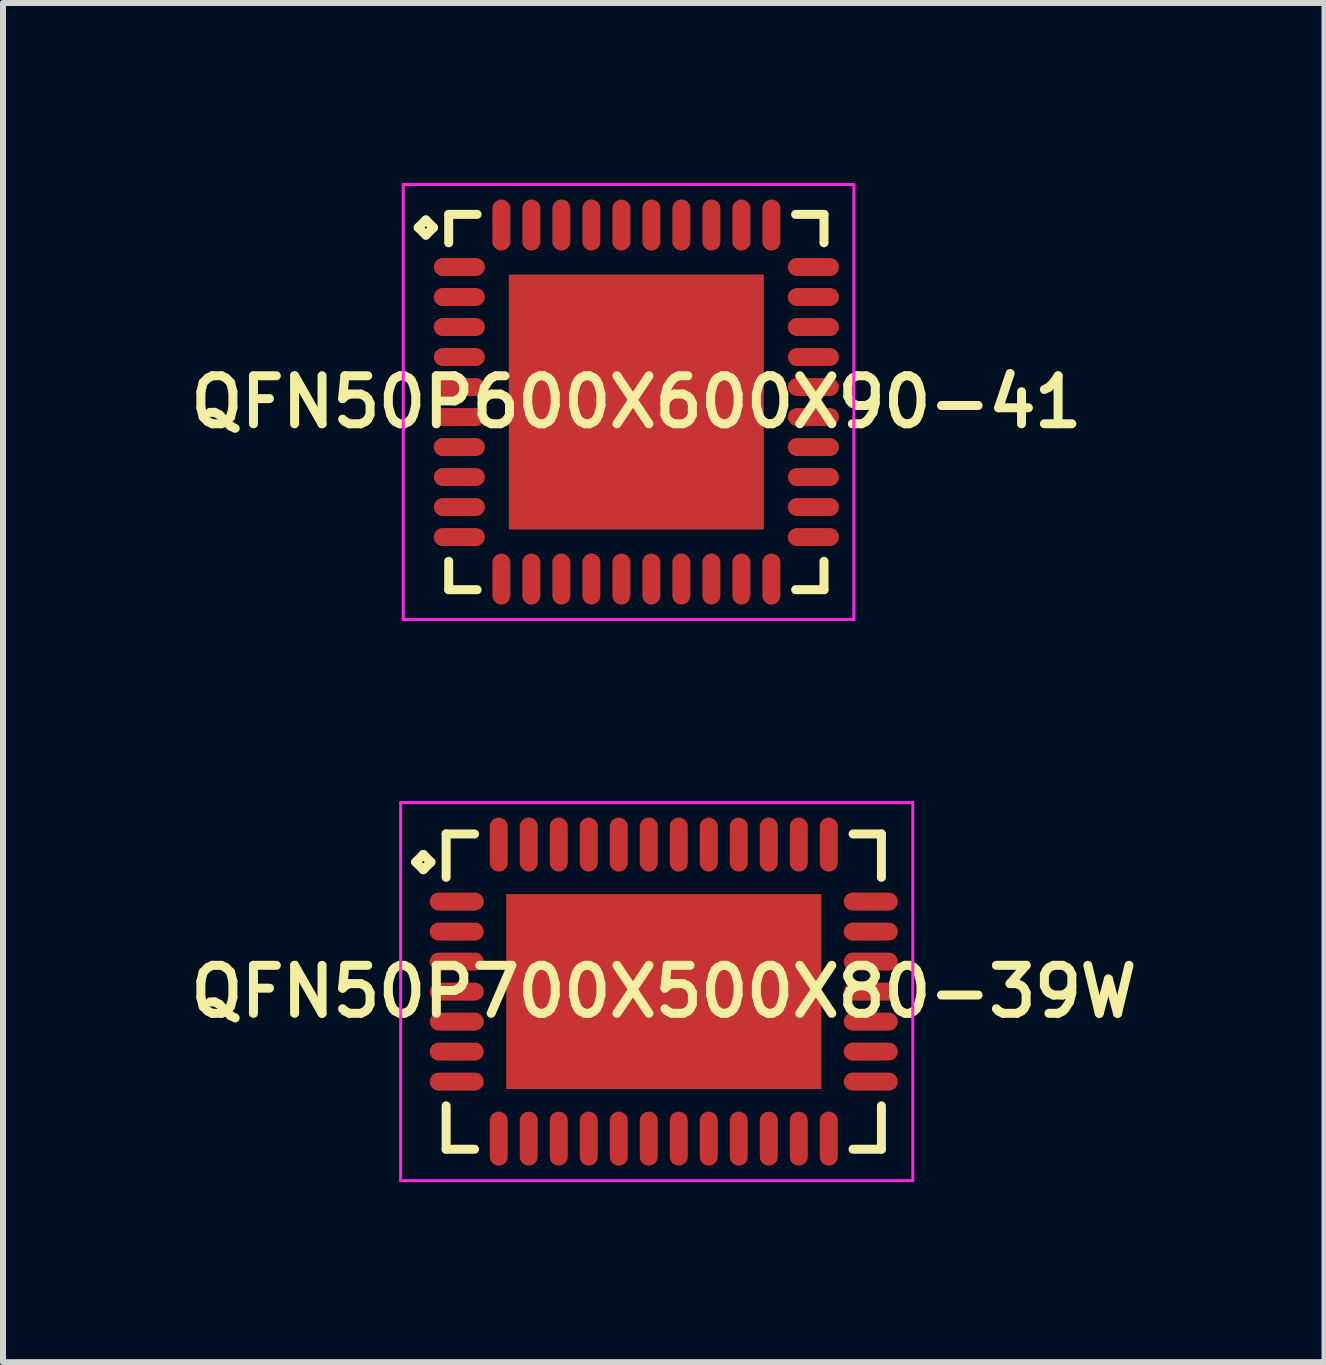
<source format=kicad_pcb>
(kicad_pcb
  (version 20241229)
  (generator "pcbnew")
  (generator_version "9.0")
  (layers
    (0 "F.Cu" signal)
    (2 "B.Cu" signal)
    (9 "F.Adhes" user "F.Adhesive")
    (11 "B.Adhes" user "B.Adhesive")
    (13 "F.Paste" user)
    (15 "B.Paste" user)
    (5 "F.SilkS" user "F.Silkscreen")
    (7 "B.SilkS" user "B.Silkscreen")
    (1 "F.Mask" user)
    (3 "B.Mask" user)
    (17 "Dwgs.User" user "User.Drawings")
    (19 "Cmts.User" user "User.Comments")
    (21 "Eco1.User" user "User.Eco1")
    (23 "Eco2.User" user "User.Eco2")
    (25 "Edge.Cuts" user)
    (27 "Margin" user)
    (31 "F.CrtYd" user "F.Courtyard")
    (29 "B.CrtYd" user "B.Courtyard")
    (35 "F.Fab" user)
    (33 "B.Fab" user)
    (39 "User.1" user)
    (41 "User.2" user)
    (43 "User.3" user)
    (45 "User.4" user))
  (footprint "QFN50P600X600X90-41"
    (layer "F.Cu")
    (at 7.555 3.65)
    (property "Reference" "QFN50P600X600X90-41" (at 0 0 0) (layer "F.SilkS") (effects (font (size 0.8 0.8) (thickness 0.15))))
    (attr smd)
    (fp_line (start -3.635 -2.908) (end -3.508 -3.035) (stroke (width 0.15) (type solid)) (layer "F.SilkS"))
    (fp_line (start -3.508 -3.035) (end -3.381 -2.908) (stroke (width 0.15) (type solid)) (layer "F.SilkS"))
    (fp_line (start -3.508 -2.781) (end -3.635 -2.908) (stroke (width 0.15) (type solid)) (layer "F.SilkS"))
    (fp_line (start -3.381 -2.908) (end -3.508 -2.781) (stroke (width 0.15) (type solid)) (layer "F.SilkS"))
    (fp_line (start -3.127 -3.127) (end -2.654 -3.127) (stroke (width 0.15) (type solid)) (layer "F.SilkS"))
    (fp_line (start -3.127 -2.654) (end -3.127 -3.127) (stroke (width 0.15) (type solid)) (layer "F.SilkS"))
    (fp_line (start -3.127 2.654) (end -3.127 3.127) (stroke (width 0.15) (type solid)) (layer "F.SilkS"))
    (fp_line (start -3.127 3.127) (end -2.654 3.127) (stroke (width 0.15) (type solid)) (layer "F.SilkS"))
    (fp_line (start 2.654 -3.127) (end 3.127 -3.127) (stroke (width 0.15) (type solid)) (layer "F.SilkS"))
    (fp_line (start 2.654 3.127) (end 3.127 3.127) (stroke (width 0.15) (type solid)) (layer "F.SilkS"))
    (fp_line (start 3.127 -3.127) (end 3.127 -2.654) (stroke (width 0.15) (type solid)) (layer "F.SilkS"))
    (fp_line (start 3.127 3.127) (end 3.127 2.654) (stroke (width 0.15) (type solid)) (layer "F.SilkS"))
    (fp_line (start -3.885 -3.625) (end 3.625 -3.625) (stroke (width 0.05) (type solid)) (layer "F.CrtYd"))
    (fp_line (start -3.885 3.625) (end -3.885 -3.625) (stroke (width 0.05) (type solid)) (layer "F.CrtYd"))
    (fp_line (start 3.625 -3.625) (end 3.625 3.625) (stroke (width 0.05) (type solid)) (layer "F.CrtYd"))
    (fp_line (start 3.625 3.625) (end -3.885 3.625) (stroke (width 0.05) (type solid)) (layer "F.CrtYd"))
    (pad "1" smd oval (at -2.95 -2.25) (size 0.85 0.3) (layers "F.Cu" "F.Mask" "F.Paste"))
    (pad "2" smd oval (at -2.95 -1.75) (size 0.85 0.3) (layers "F.Cu" "F.Mask" "F.Paste"))
    (pad "3" smd oval (at -2.95 -1.25) (size 0.85 0.3) (layers "F.Cu" "F.Mask" "F.Paste"))
    (pad "4" smd oval (at -2.95 -0.75) (size 0.85 0.3) (layers "F.Cu" "F.Mask" "F.Paste"))
    (pad "5" smd oval (at -2.95 -0.25) (size 0.85 0.3) (layers "F.Cu" "F.Mask" "F.Paste"))
    (pad "6" smd oval (at -2.95 0.25) (size 0.85 0.3) (layers "F.Cu" "F.Mask" "F.Paste"))
    (pad "7" smd oval (at -2.95 0.75) (size 0.85 0.3) (layers "F.Cu" "F.Mask" "F.Paste"))
    (pad "8" smd oval (at -2.95 1.25) (size 0.85 0.3) (layers "F.Cu" "F.Mask" "F.Paste"))
    (pad "9" smd oval (at -2.95 1.75) (size 0.85 0.3) (layers "F.Cu" "F.Mask" "F.Paste"))
    (pad "10" smd oval (at -2.95 2.25) (size 0.85 0.3) (layers "F.Cu" "F.Mask" "F.Paste"))
    (pad "11" smd oval (at -2.25 2.95) (size 0.3 0.85) (layers "F.Cu" "F.Mask" "F.Paste"))
    (pad "12" smd oval (at -1.75 2.95) (size 0.3 0.85) (layers "F.Cu" "F.Mask" "F.Paste"))
    (pad "13" smd oval (at -1.25 2.95) (size 0.3 0.85) (layers "F.Cu" "F.Mask" "F.Paste"))
    (pad "14" smd oval (at -0.75 2.95) (size 0.3 0.85) (layers "F.Cu" "F.Mask" "F.Paste"))
    (pad "15" smd oval (at -0.25 2.95) (size 0.3 0.85) (layers "F.Cu" "F.Mask" "F.Paste"))
    (pad "16" smd oval (at 0.25 2.95) (size 0.3 0.85) (layers "F.Cu" "F.Mask" "F.Paste"))
    (pad "17" smd oval (at 0.75 2.95) (size 0.3 0.85) (layers "F.Cu" "F.Mask" "F.Paste"))
    (pad "18" smd oval (at 1.25 2.95) (size 0.3 0.85) (layers "F.Cu" "F.Mask" "F.Paste"))
    (pad "19" smd oval (at 1.75 2.95) (size 0.3 0.85) (layers "F.Cu" "F.Mask" "F.Paste"))
    (pad "20" smd oval (at 2.25 2.95) (size 0.3 0.85) (layers "F.Cu" "F.Mask" "F.Paste"))
    (pad "21" smd oval (at 2.95 2.25) (size 0.85 0.3) (layers "F.Cu" "F.Mask" "F.Paste"))
    (pad "22" smd oval (at 2.95 1.75) (size 0.85 0.3) (layers "F.Cu" "F.Mask" "F.Paste"))
    (pad "23" smd oval (at 2.95 1.25) (size 0.85 0.3) (layers "F.Cu" "F.Mask" "F.Paste"))
    (pad "24" smd oval (at 2.95 0.75) (size 0.85 0.3) (layers "F.Cu" "F.Mask" "F.Paste"))
    (pad "25" smd oval (at 2.95 0.25) (size 0.85 0.3) (layers "F.Cu" "F.Mask" "F.Paste"))
    (pad "26" smd oval (at 2.95 -0.25) (size 0.85 0.3) (layers "F.Cu" "F.Mask" "F.Paste"))
    (pad "27" smd oval (at 2.95 -0.75) (size 0.85 0.3) (layers "F.Cu" "F.Mask" "F.Paste"))
    (pad "28" smd oval (at 2.95 -1.25) (size 0.85 0.3) (layers "F.Cu" "F.Mask" "F.Paste"))
    (pad "29" smd oval (at 2.95 -1.75) (size 0.85 0.3) (layers "F.Cu" "F.Mask" "F.Paste"))
    (pad "30" smd oval (at 2.95 -2.25) (size 0.85 0.3) (layers "F.Cu" "F.Mask" "F.Paste"))
    (pad "31" smd oval (at 2.25 -2.95) (size 0.3 0.85) (layers "F.Cu" "F.Mask" "F.Paste"))
    (pad "32" smd oval (at 1.75 -2.95) (size 0.3 0.85) (layers "F.Cu" "F.Mask" "F.Paste"))
    (pad "33" smd oval (at 1.25 -2.95) (size 0.3 0.85) (layers "F.Cu" "F.Mask" "F.Paste"))
    (pad "34" smd oval (at 0.75 -2.95) (size 0.3 0.85) (layers "F.Cu" "F.Mask" "F.Paste"))
    (pad "35" smd oval (at 0.25 -2.95) (size 0.3 0.85) (layers "F.Cu" "F.Mask" "F.Paste"))
    (pad "36" smd oval (at -0.25 -2.95) (size 0.3 0.85) (layers "F.Cu" "F.Mask" "F.Paste"))
    (pad "37" smd oval (at -0.75 -2.95) (size 0.3 0.85) (layers "F.Cu" "F.Mask" "F.Paste"))
    (pad "38" smd oval (at -1.25 -2.95) (size 0.3 0.85) (layers "F.Cu" "F.Mask" "F.Paste"))
    (pad "39" smd oval (at -1.75 -2.95) (size 0.3 0.85) (layers "F.Cu" "F.Mask" "F.Paste"))
    (pad "40" smd oval (at -2.25 -2.95) (size 0.3 0.85) (layers "F.Cu" "F.Mask" "F.Paste"))
    (pad "41" smd rect (at 0 0) (size 4.25 4.25) (layers "F.Cu" "F.Mask" "F.Paste")))
  (footprint "QFN50P700X500X80-39W"
    (layer "F.Cu")
    (at 8.012 13.475)
    (property "Reference" "QFN50P700X500X80-39W" (at 0 0 0) (layer "F.SilkS") (effects (font (size 0.8 0.8) (thickness 0.15))))
    (attr smd)
    (fp_line (start -4.135 -2.158) (end -4.008 -2.285) (stroke (width 0.15) (type solid)) (layer "F.SilkS"))
    (fp_line (start -4.008 -2.285) (end -3.881 -2.158) (stroke (width 0.15) (type solid)) (layer "F.SilkS"))
    (fp_line (start -4.008 -2.031) (end -4.135 -2.158) (stroke (width 0.15) (type solid)) (layer "F.SilkS"))
    (fp_line (start -3.881 -2.158) (end -4.008 -2.031) (stroke (width 0.15) (type solid)) (layer "F.SilkS"))
    (fp_line (start -3.627 -2.627) (end -3.154 -2.627) (stroke (width 0.15) (type solid)) (layer "F.SilkS"))
    (fp_line (start -3.627 -1.904) (end -3.627 -2.627) (stroke (width 0.15) (type solid)) (layer "F.SilkS"))
    (fp_line (start -3.627 1.904) (end -3.627 2.627) (stroke (width 0.15) (type solid)) (layer "F.SilkS"))
    (fp_line (start -3.627 2.627) (end -3.154 2.627) (stroke (width 0.15) (type solid)) (layer "F.SilkS"))
    (fp_line (start 3.154 -2.627) (end 3.627 -2.627) (stroke (width 0.15) (type solid)) (layer "F.SilkS"))
    (fp_line (start 3.154 2.627) (end 3.627 2.627) (stroke (width 0.15) (type solid)) (layer "F.SilkS"))
    (fp_line (start 3.627 -2.627) (end 3.627 -1.904) (stroke (width 0.15) (type solid)) (layer "F.SilkS"))
    (fp_line (start 3.627 2.627) (end 3.627 1.904) (stroke (width 0.15) (type solid)) (layer "F.SilkS"))
    (fp_line (start -4.385 -3.15) (end 4.15 -3.15) (stroke (width 0.05) (type solid)) (layer "F.CrtYd"))
    (fp_line (start -4.385 3.15) (end -4.385 -3.15) (stroke (width 0.05) (type solid)) (layer "F.CrtYd"))
    (fp_line (start 4.15 -3.15) (end 4.15 3.15) (stroke (width 0.05) (type solid)) (layer "F.CrtYd"))
    (fp_line (start 4.15 3.15) (end -4.385 3.15) (stroke (width 0.05) (type solid)) (layer "F.CrtYd"))
    (pad "1" smd oval (at -3.45 -1.5) (size 0.9 0.3) (layers "F.Cu" "F.Mask" "F.Paste"))
    (pad "2" smd oval (at -3.45 -1) (size 0.9 0.3) (layers "F.Cu" "F.Mask" "F.Paste"))
    (pad "3" smd oval (at -3.45 -0.5) (size 0.9 0.3) (layers "F.Cu" "F.Mask" "F.Paste"))
    (pad "4" smd oval (at -3.45 0) (size 0.9 0.3) (layers "F.Cu" "F.Mask" "F.Paste"))
    (pad "5" smd oval (at -3.45 0.5) (size 0.9 0.3) (layers "F.Cu" "F.Mask" "F.Paste"))
    (pad "6" smd oval (at -3.45 1) (size 0.9 0.3) (layers "F.Cu" "F.Mask" "F.Paste"))
    (pad "7" smd oval (at -3.45 1.5) (size 0.9 0.3) (layers "F.Cu" "F.Mask" "F.Paste"))
    (pad "8" smd oval (at -2.75 2.45) (size 0.3 0.9) (layers "F.Cu" "F.Mask" "F.Paste"))
    (pad "9" smd oval (at -2.25 2.45) (size 0.3 0.9) (layers "F.Cu" "F.Mask" "F.Paste"))
    (pad "10" smd oval (at -1.75 2.45) (size 0.3 0.9) (layers "F.Cu" "F.Mask" "F.Paste"))
    (pad "11" smd oval (at -1.25 2.45) (size 0.3 0.9) (layers "F.Cu" "F.Mask" "F.Paste"))
    (pad "12" smd oval (at -0.75 2.45) (size 0.3 0.9) (layers "F.Cu" "F.Mask" "F.Paste"))
    (pad "13" smd oval (at -0.25 2.45) (size 0.3 0.9) (layers "F.Cu" "F.Mask" "F.Paste"))
    (pad "14" smd oval (at 0.25 2.45) (size 0.3 0.9) (layers "F.Cu" "F.Mask" "F.Paste"))
    (pad "15" smd oval (at 0.75 2.45) (size 0.3 0.9) (layers "F.Cu" "F.Mask" "F.Paste"))
    (pad "16" smd oval (at 1.25 2.45) (size 0.3 0.9) (layers "F.Cu" "F.Mask" "F.Paste"))
    (pad "17" smd oval (at 1.75 2.45) (size 0.3 0.9) (layers "F.Cu" "F.Mask" "F.Paste"))
    (pad "18" smd oval (at 2.25 2.45) (size 0.3 0.9) (layers "F.Cu" "F.Mask" "F.Paste"))
    (pad "19" smd oval (at 2.75 2.45) (size 0.3 0.9) (layers "F.Cu" "F.Mask" "F.Paste"))
    (pad "20" smd oval (at 3.45 1.5) (size 0.9 0.3) (layers "F.Cu" "F.Mask" "F.Paste"))
    (pad "21" smd oval (at 3.45 1) (size 0.9 0.3) (layers "F.Cu" "F.Mask" "F.Paste"))
    (pad "22" smd oval (at 3.45 0.5) (size 0.9 0.3) (layers "F.Cu" "F.Mask" "F.Paste"))
    (pad "23" smd oval (at 3.45 0) (size 0.9 0.3) (layers "F.Cu" "F.Mask" "F.Paste"))
    (pad "24" smd oval (at 3.45 -0.5) (size 0.9 0.3) (layers "F.Cu" "F.Mask" "F.Paste"))
    (pad "25" smd oval (at 3.45 -1) (size 0.9 0.3) (layers "F.Cu" "F.Mask" "F.Paste"))
    (pad "26" smd oval (at 3.45 -1.5) (size 0.9 0.3) (layers "F.Cu" "F.Mask" "F.Paste"))
    (pad "27" smd oval (at 2.75 -2.45) (size 0.3 0.9) (layers "F.Cu" "F.Mask" "F.Paste"))
    (pad "28" smd oval (at 2.25 -2.45) (size 0.3 0.9) (layers "F.Cu" "F.Mask" "F.Paste"))
    (pad "29" smd oval (at 1.75 -2.45) (size 0.3 0.9) (layers "F.Cu" "F.Mask" "F.Paste"))
    (pad "30" smd oval (at 1.25 -2.45) (size 0.3 0.9) (layers "F.Cu" "F.Mask" "F.Paste"))
    (pad "31" smd oval (at 0.75 -2.45) (size 0.3 0.9) (layers "F.Cu" "F.Mask" "F.Paste"))
    (pad "32" smd oval (at 0.25 -2.45) (size 0.3 0.9) (layers "F.Cu" "F.Mask" "F.Paste"))
    (pad "33" smd oval (at -0.25 -2.45) (size 0.3 0.9) (layers "F.Cu" "F.Mask" "F.Paste"))
    (pad "34" smd oval (at -0.75 -2.45) (size 0.3 0.9) (layers "F.Cu" "F.Mask" "F.Paste"))
    (pad "35" smd oval (at -1.25 -2.45) (size 0.3 0.9) (layers "F.Cu" "F.Mask" "F.Paste"))
    (pad "36" smd oval (at -1.75 -2.45) (size 0.3 0.9) (layers "F.Cu" "F.Mask" "F.Paste"))
    (pad "37" smd oval (at -2.25 -2.45) (size 0.3 0.9) (layers "F.Cu" "F.Mask" "F.Paste"))
    (pad "38" smd oval (at -2.75 -2.45) (size 0.3 0.9) (layers "F.Cu" "F.Mask" "F.Paste"))
    (pad "39" smd rect (at 0 0) (size 5.25 3.25) (layers "F.Cu" "F.Mask" "F.Paste")))
  (gr_rect
    (start -3 -3)
    (end 19.023 19.65)
    (stroke (width 0.1) (type default))
    (fill no)
    (layer "Edge.Cuts")))
</source>
